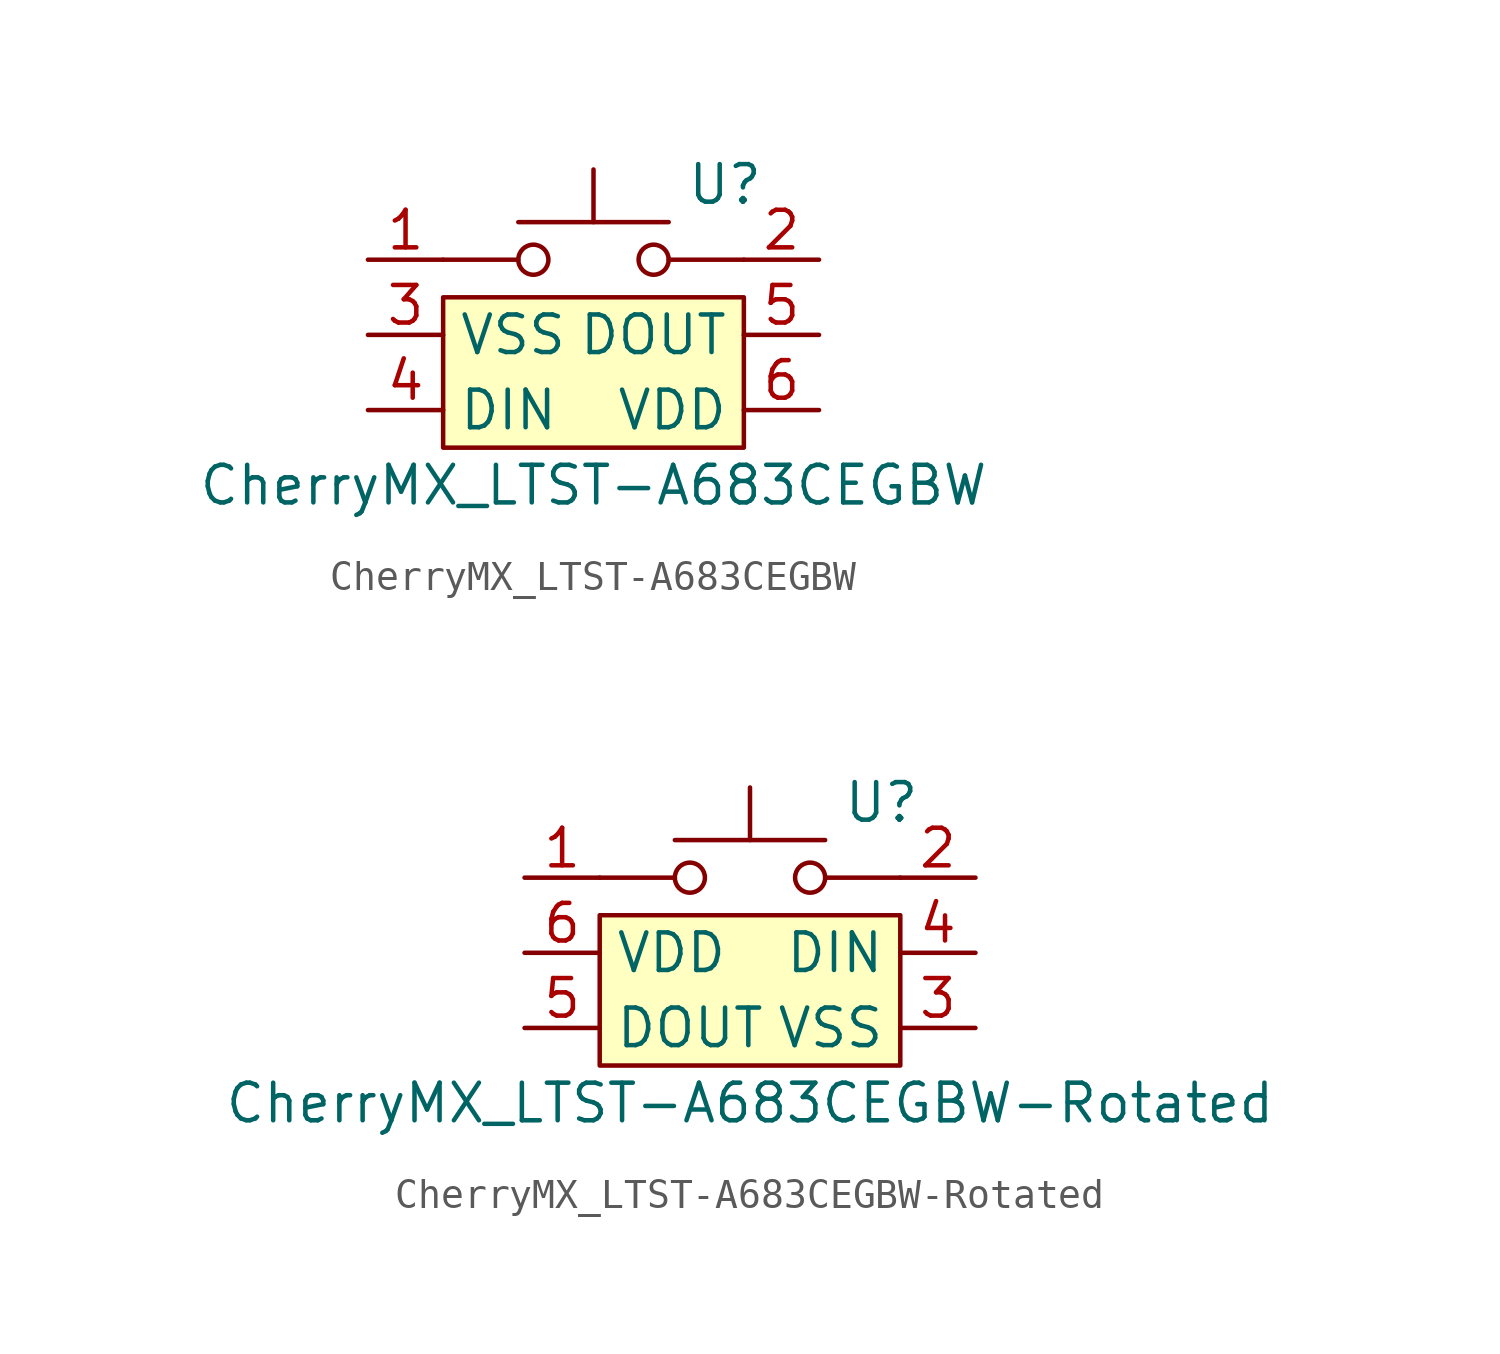
<source format=kicad_sym>
(kicad_symbol_lib
  (version 20231120)
  (generator "kicad_symbol_editor")
  (generator_version "8.0")
  (symbol "CherryMX_LTST-A683CEGBW"
    (property "Reference" "U"
      (at 4.445 5.08 0)
      (effects (font (size 1.27 1.27))))
    (property "Value" "CherryMX_LTST-A683CEGBW"
      (at 0 -5.08 0)
      (effects (font (size 1.27 1.27))))
    (symbol "CherryMX_LTST-A683CEGBW_0_1"
      (rectangle (start -5.08 1.27) (end 5.08 -3.81) (stroke (width 0) (type solid)) (fill (type background)))
      (polyline (pts (xy -5.08 2.54) (xy -2.54 2.54)) (stroke (width 0) (type solid)) (fill (type none)))
      (polyline (pts (xy 2.54 2.54) (xy 5.08 2.54)) (stroke (width 0) (type solid)) (fill (type none))))
    (symbol "CherryMX_LTST-A683CEGBW_1_1"
      (circle (center -2.032 2.54) (radius 0.508) (stroke (width 0) (type solid)) (fill (type none)))
      (polyline (pts (xy 0 3.81) (xy 0 5.588)) (stroke (width 0) (type solid)) (fill (type none)))
      (polyline (pts (xy 2.54 3.81) (xy -2.54 3.81)) (stroke (width 0) (type solid)) (fill (type none)))
      (circle (center 2.032 2.54) (radius 0.508) (stroke (width 0) (type solid)) (fill (type none)))
      (pin passive line (at -7.62 2.54 0) (length 2.54) (name "~" (effects (font (size 1.27 1.27)))) (number "1" (effects (font (size 1.27 1.27)))))
      (pin passive line (at 7.62 2.54 180) (length 2.54) (name "~" (effects (font (size 1.27 1.27)))) (number "2" (effects (font (size 1.27 1.27)))))
      (pin power_in line (at -7.62 0 0) (length 2.54) (name "VSS" (effects (font (size 1.27 1.27)))) (number "3" (effects (font (size 1.27 1.27)))))
      (pin input line (at -7.62 -2.54 0) (length 2.54) (name "DIN" (effects (font (size 1.27 1.27)))) (number "4" (effects (font (size 1.27 1.27)))))
      (pin output line (at 7.62 0 180) (length 2.54) (name "DOUT" (effects (font (size 1.27 1.27)))) (number "5" (effects (font (size 1.27 1.27)))))
      (pin power_in line (at 7.62 -2.54 180) (length 2.54) (name "VDD" (effects (font (size 1.27 1.27)))) (number "6" (effects (font (size 1.27 1.27)))))))
  (symbol "CherryMX_LTST-A683CEGBW-Rotated"
    (property "Reference" "U"
      (at 4.445 5.08 0)
      (effects (font (size 1.27 1.27))))
    (property "Value" "CherryMX_LTST-A683CEGBW-Rotated"
      (at 0 -5.08 0)
      (effects (font (size 1.27 1.27))))
    (symbol "CherryMX_LTST-A683CEGBW-Rotated_0_1"
      (polyline (pts (xy -5.08 2.54) (xy -2.54 2.54)) (stroke (width 0) (type solid)) (fill (type none)))
      (polyline (pts (xy 2.54 2.54) (xy 5.08 2.54)) (stroke (width 0) (type solid)) (fill (type none)))
      (rectangle (start 5.08 -3.81) (end -5.08 1.27) (stroke (width 0) (type solid)) (fill (type background))))
    (symbol "CherryMX_LTST-A683CEGBW-Rotated_1_1"
      (circle (center -2.032 2.54) (radius 0.508) (stroke (width 0) (type solid)) (fill (type none)))
      (polyline (pts (xy 0 3.81) (xy 0 5.588)) (stroke (width 0) (type solid)) (fill (type none)))
      (polyline (pts (xy 2.54 3.81) (xy -2.54 3.81)) (stroke (width 0) (type solid)) (fill (type none)))
      (circle (center 2.032 2.54) (radius 0.508) (stroke (width 0) (type solid)) (fill (type none)))
      (pin passive line (at -7.62 2.54 0) (length 2.54) (name "~" (effects (font (size 1.27 1.27)))) (number "1" (effects (font (size 1.27 1.27)))))
      (pin passive line (at 7.62 2.54 180) (length 2.54) (name "~" (effects (font (size 1.27 1.27)))) (number "2" (effects (font (size 1.27 1.27)))))
      (pin power_in line (at 7.62 -2.54 180) (length 2.54) (name "VSS" (effects (font (size 1.27 1.27)))) (number "3" (effects (font (size 1.27 1.27)))))
      (pin input line (at 7.62 0 180) (length 2.54) (name "DIN" (effects (font (size 1.27 1.27)))) (number "4" (effects (font (size 1.27 1.27)))))
      (pin output line (at -7.62 -2.54 0) (length 2.54) (name "DOUT" (effects (font (size 1.27 1.27)))) (number "5" (effects (font (size 1.27 1.27)))))
      (pin power_in line (at -7.62 0 0) (length 2.54) (name "VDD" (effects (font (size 1.27 1.27)))) (number "6" (effects (font (size 1.27 1.27))))))))
</source>
